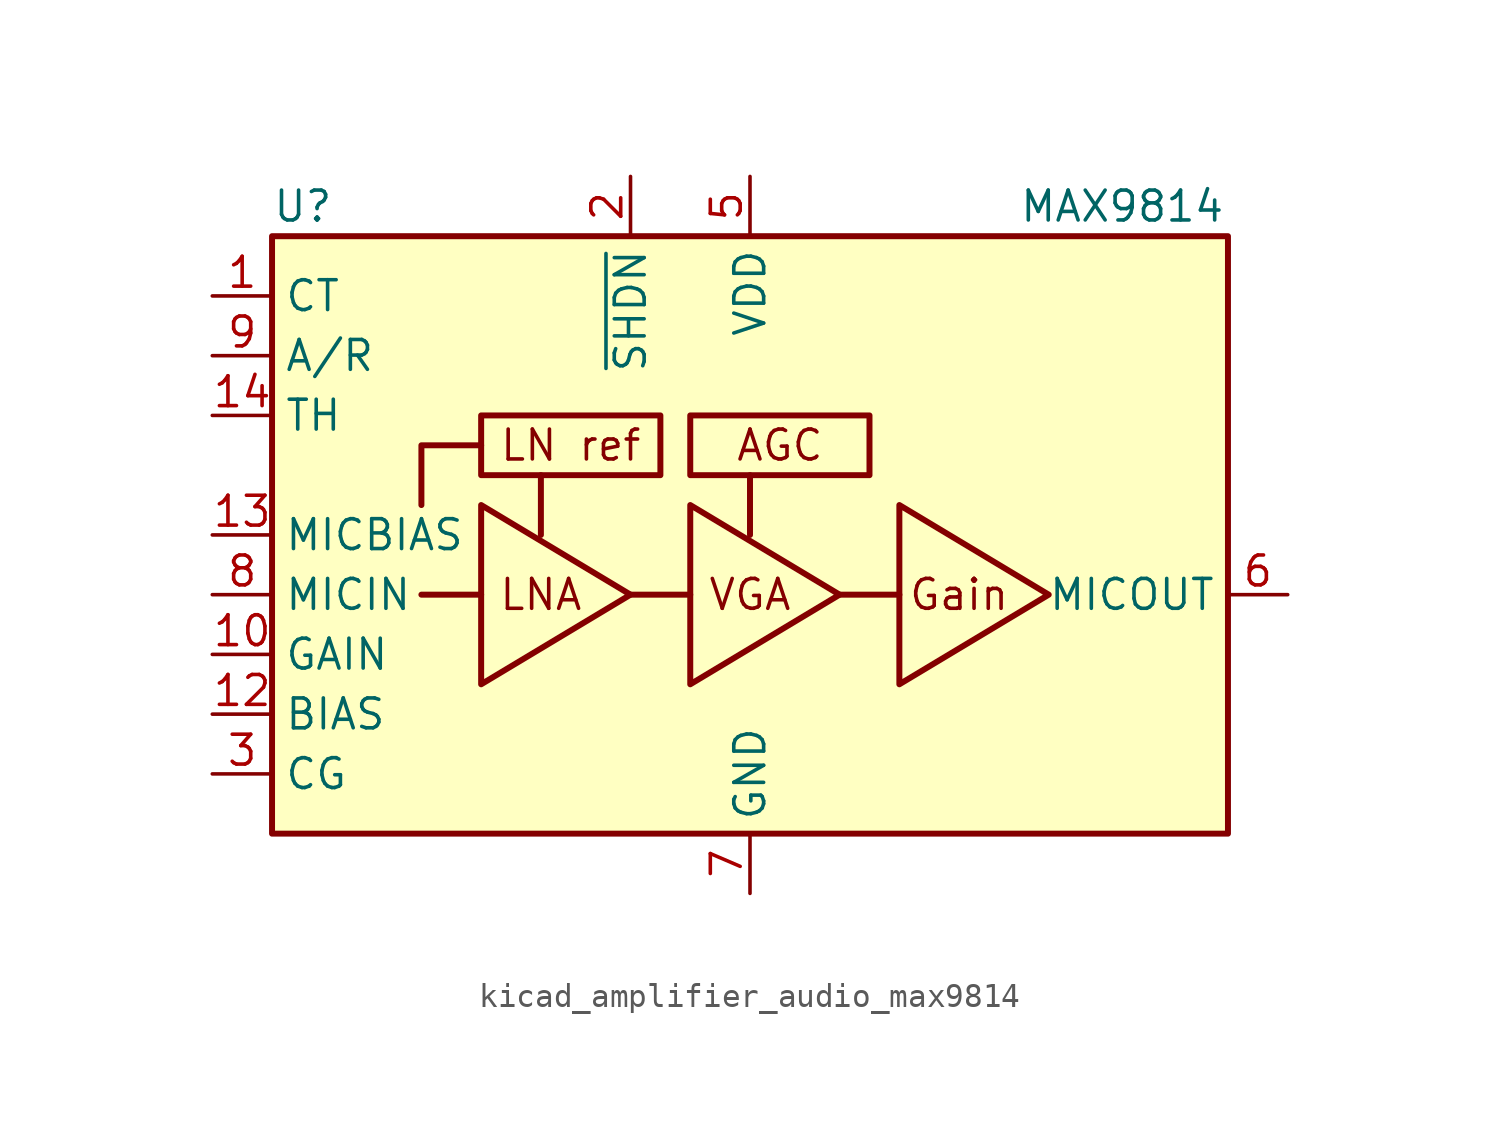
<source format=kicad_sym>
(kicad_symbol_lib
  (version 20220914)
  (generator kicad_symbol_editor)
  (symbol "kicad_amplifier_audio_max9814"
    (property "Reference" "U"
      (at -20.32 13.97 0)
      (effects (font (size 1.27 1.27)) (justify left)))
    (property "Value" "MAX9814"
      (at 11.43 13.97 0)
      (effects (font (size 1.27 1.27)) (justify left)))
    (symbol "kicad_amplifier_audio_max9814_0_0"
      (rectangle (start -11.43 5.08) (end -3.81 2.54) (stroke (width 0.254) (type default)) (fill (type none)))
      (rectangle (start -2.54 5.08) (end 5.08 2.54) (stroke (width 0.254) (type default)) (fill (type none)))
      (polyline (pts (xy -11.43 -2.54) (xy -13.97 -2.54)) (stroke (width 0.254) (type default)) (fill (type none)))
      (polyline (pts (xy -8.89 2.54) (xy -8.89 0)) (stroke (width 0.254) (type default)) (fill (type none)))
      (polyline (pts (xy -2.54 -2.54) (xy -5.08 -2.54)) (stroke (width 0.254) (type default)) (fill (type none)))
      (polyline (pts (xy 0 2.54) (xy 0 0)) (stroke (width 0.254) (type default)) (fill (type none)))
      (polyline (pts (xy 3.81 -2.54) (xy 6.35 -2.54)) (stroke (width 0.254) (type default)) (fill (type none)))
      (polyline (pts (xy -11.43 3.81) (xy -13.97 3.81) (xy -13.97 1.27)) (stroke (width 0.254) (type default)) (fill (type none)))
      (polyline (pts (xy -5.08 -2.54) (xy -11.43 1.27) (xy -11.43 -6.35) (xy -5.08 -2.54)) (stroke (width 0.254) (type default)) (fill (type none)))
      (polyline (pts (xy 3.81 -2.54) (xy -2.54 1.27) (xy -2.54 -6.35) (xy 3.81 -2.54)) (stroke (width 0.254) (type default)) (fill (type none)))
      (polyline (pts (xy 12.7 -2.54) (xy 6.35 1.27) (xy 6.35 -6.35) (xy 12.7 -2.54)) (stroke (width 0.254) (type default)) (fill (type none)))
      (text "AGC" (at 1.27 3.81 0) (effects (font (size 1.27 1.27))))
      (text "Gain" (at 8.89 -2.54 0) (effects (font (size 1.27 1.27))))
      (text "LN ref" (at -7.62 3.81 0) (effects (font (size 1.27 1.27))))
      (text "LNA" (at -8.89 -2.54 0) (effects (font (size 1.27 1.27))))
      (text "VGA" (at 0 -2.54 0) (effects (font (size 1.27 1.27)))))
    (symbol "kicad_amplifier_audio_max9814_0_1"
      (rectangle (start -20.32 12.7) (end 20.32 -12.7) (stroke (width 0.254) (type default)) (fill (type background))))
    (symbol "kicad_amplifier_audio_max9814_1_1"
      (pin input line (at -22.86 10.16 0) (length 2.54) (name "CT" (effects (font (size 1.27 1.27)))) (number "1" (effects (font (size 1.27 1.27)))))
      (pin input line (at -22.86 -5.08 0) (length 2.54) (name "GAIN" (effects (font (size 1.27 1.27)))) (number "10" (effects (font (size 1.27 1.27)))))
      (pin passive line (at 0 -15.24 90) (length 2.54) hide (name "GND" (effects (font (size 1.27 1.27)))) (number "11" (effects (font (size 1.27 1.27)))))
      (pin passive line (at -22.86 -7.62 0) (length 2.54) (name "BIAS" (effects (font (size 1.27 1.27)))) (number "12" (effects (font (size 1.27 1.27)))))
      (pin output line (at -22.86 0 0) (length 2.54) (name "MICBIAS" (effects (font (size 1.27 1.27)))) (number "13" (effects (font (size 1.27 1.27)))))
      (pin input line (at -22.86 5.08 0) (length 2.54) (name "TH" (effects (font (size 1.27 1.27)))) (number "14" (effects (font (size 1.27 1.27)))))
      (pin passive line (at 0 -15.24 90) (length 2.54) hide (name "GND" (effects (font (size 1.27 1.27)))) (number "15" (effects (font (size 1.27 1.27)))))
      (pin input line (at -5.08 15.24 270) (length 2.54) (name "~{SHDN}" (effects (font (size 1.27 1.27)))) (number "2" (effects (font (size 1.27 1.27)))))
      (pin passive line (at -22.86 -10.16 0) (length 2.54) (name "CG" (effects (font (size 1.27 1.27)))) (number "3" (effects (font (size 1.27 1.27)))))
      (pin passive line (at 0 -15.24 90) (length 2.54) hide (name "GND" (effects (font (size 1.27 1.27)))) (number "4" (effects (font (size 1.27 1.27)))))
      (pin power_in line (at 0 15.24 270) (length 2.54) (name "VDD" (effects (font (size 1.27 1.27)))) (number "5" (effects (font (size 1.27 1.27)))))
      (pin output line (at 22.86 -2.54 180) (length 2.54) (name "MICOUT" (effects (font (size 1.27 1.27)))) (number "6" (effects (font (size 1.27 1.27)))))
      (pin power_in line (at 0 -15.24 90) (length 2.54) (name "GND" (effects (font (size 1.27 1.27)))) (number "7" (effects (font (size 1.27 1.27)))))
      (pin input line (at -22.86 -2.54 0) (length 2.54) (name "MICIN" (effects (font (size 1.27 1.27)))) (number "8" (effects (font (size 1.27 1.27)))))
      (pin input line (at -22.86 7.62 0) (length 2.54) (name "A/R" (effects (font (size 1.27 1.27)))) (number "9" (effects (font (size 1.27 1.27))))))))
</source>
